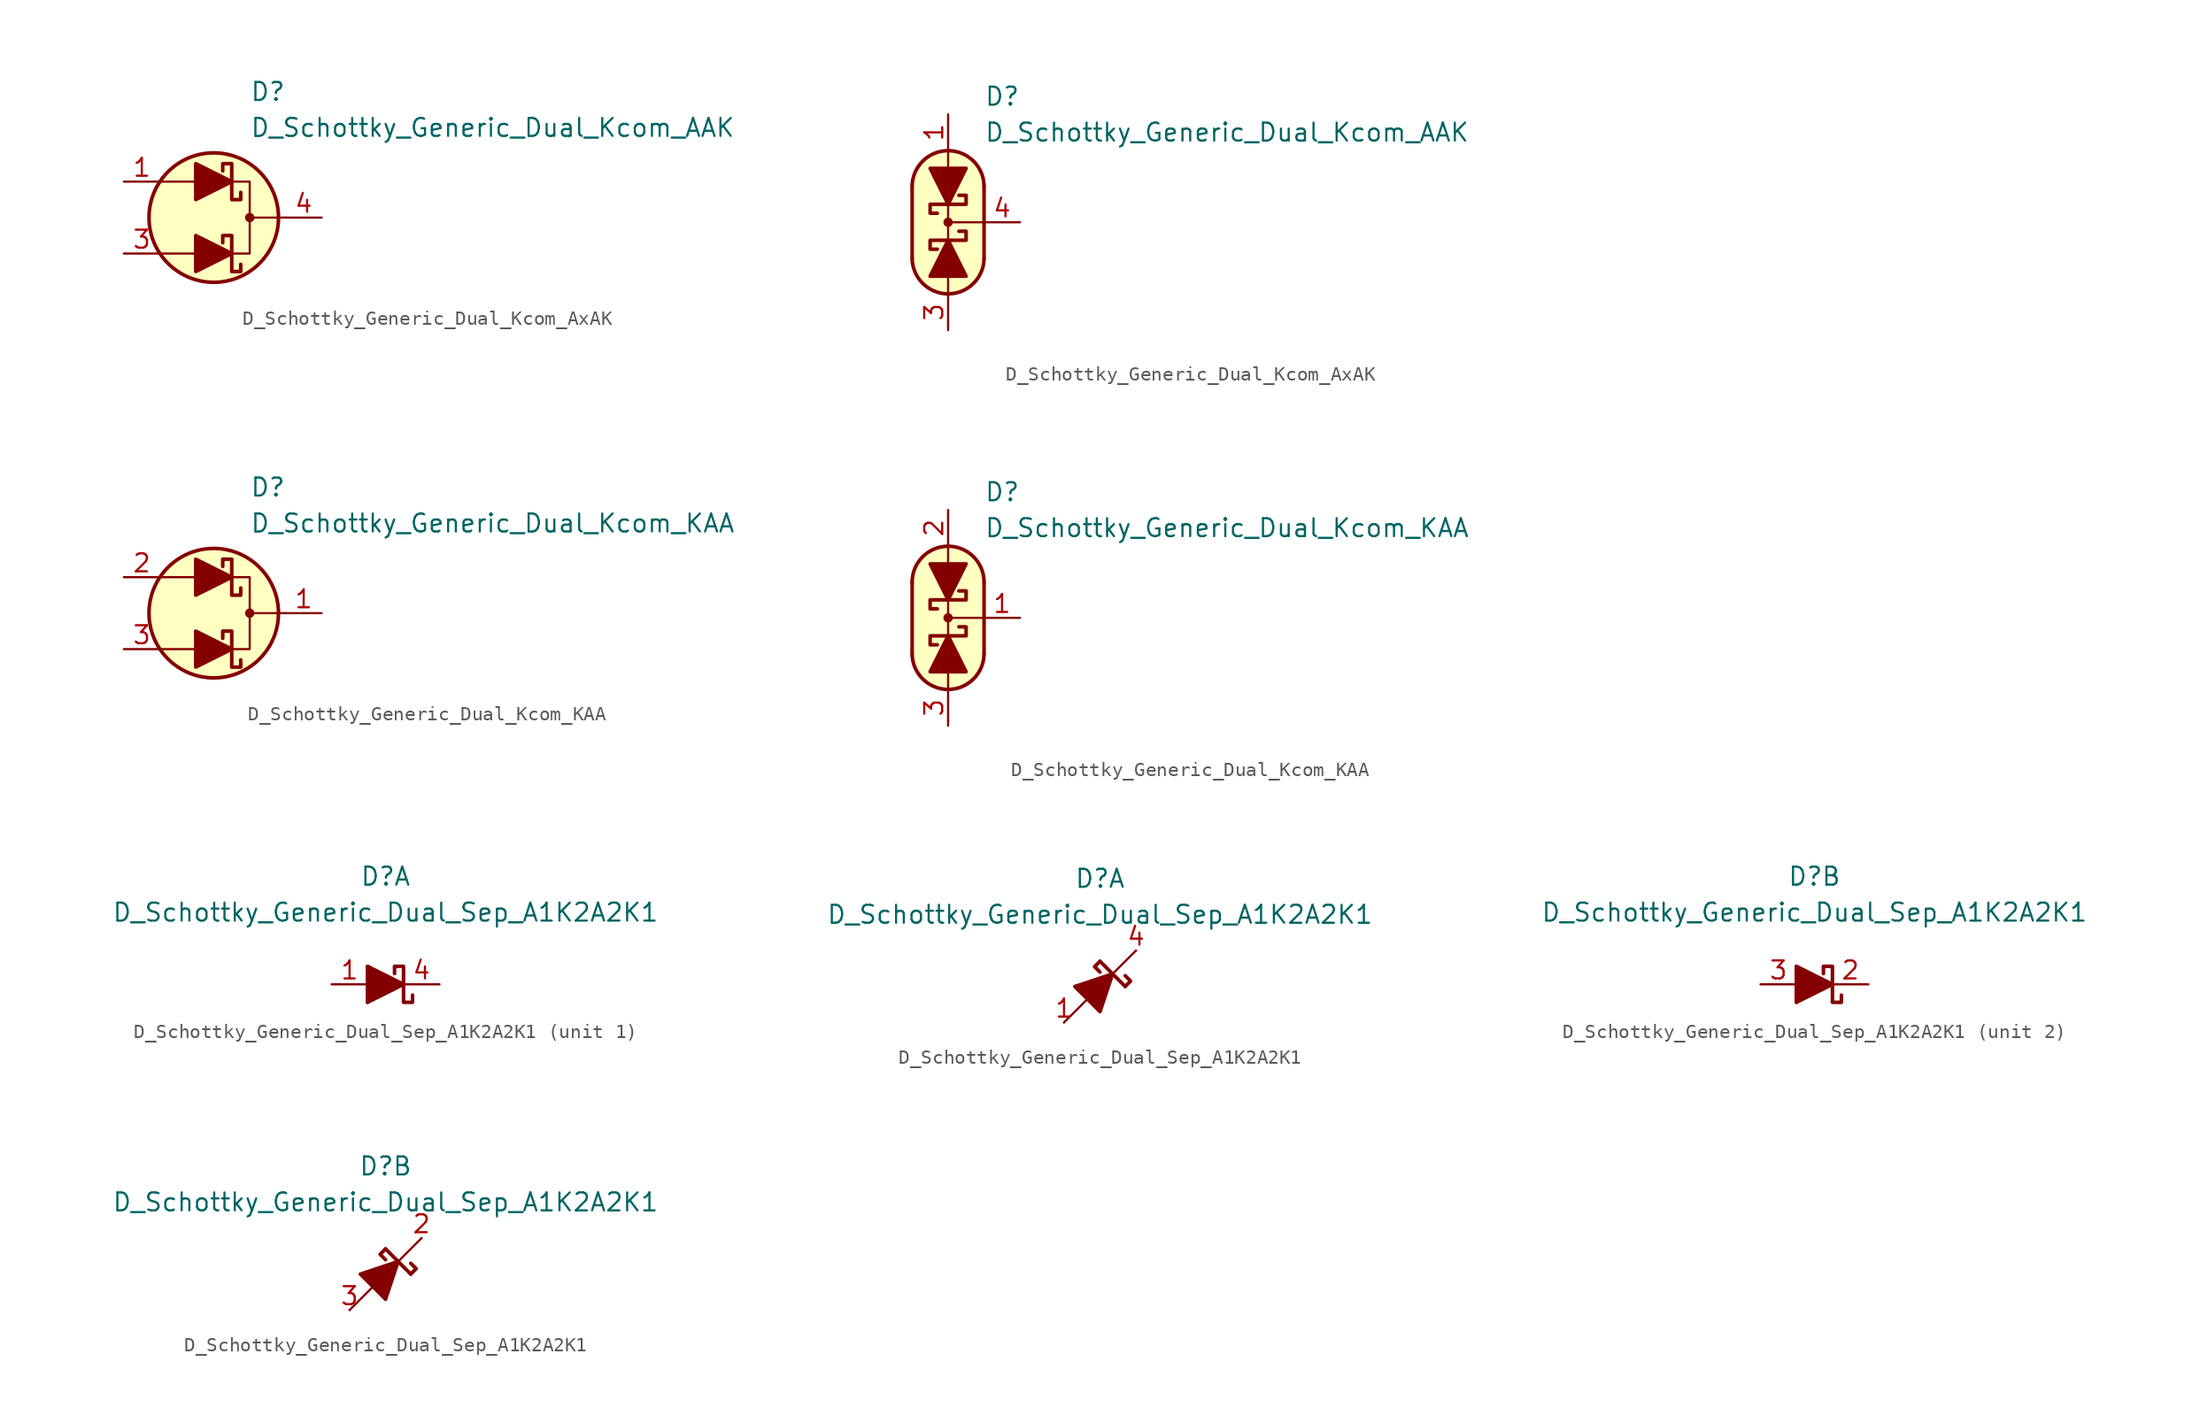
<source format=kicad_sym>
(kicad_symbol_lib
  (version 20231120)
  (generator "kicad_symbol_editor")
  (generator_version "8.0")
  (symbol "D_Schottky_Generic_Dual_Kcom_AxAK"
    (pin_names
      (offset 1.016) hide)
    (property "Reference" "D"
      (at 2.54 8.89 0)
      (effects (font (size 1.27 1.27)) (justify left)))
    (property "Value" "D_Schottky_Generic_Dual_Kcom_AAK"
      (at 2.54 6.35 0)
      (effects (font (size 1.27 1.27)) (justify left)))
    (symbol "D_Schottky_Generic_Dual_Kcom_AxAK_0_1"
      (polyline (pts (xy -1.27 -2.54) (xy -3.81 -2.54)) (stroke (width 0) (type default)) (fill (type none)))
      (polyline (pts (xy -1.27 2.54) (xy -3.81 2.54)) (stroke (width 0) (type default)) (fill (type none)))
      (polyline (pts (xy 5.08 0) (xy 2.54 0)) (stroke (width 0) (type default)) (fill (type none)))
      (polyline (pts (xy 1.27 -2.54) (xy 2.54 -2.54) (xy 2.54 2.54) (xy 1.27 2.54)) (stroke (width 0) (type default)) (fill (type none)))
      (circle (center 0 0) (radius 4.572) (stroke (width 0.254) (type default)) (fill (type background)))
      (circle (center 2.54 0) (radius 0.254) (stroke (width 0) (type default)) (fill (type outline))))
    (symbol "D_Schottky_Generic_Dual_Kcom_AxAK_1_1"
      (polyline (pts (xy -1.27 -2.54) (xy 1.27 -2.54)) (stroke (width 0) (type default)) (fill (type none)))
      (polyline (pts (xy -1.27 2.54) (xy 1.27 2.54)) (stroke (width 0) (type default)) (fill (type none)))
      (polyline (pts (xy -1.27 -3.81) (xy -1.27 -1.27) (xy 1.27 -2.54) (xy -1.27 -3.81)) (stroke (width 0.254) (type default)) (fill (type outline)))
      (polyline (pts (xy -1.27 1.27) (xy -1.27 3.81) (xy 1.27 2.54) (xy -1.27 1.27)) (stroke (width 0.254) (type default)) (fill (type outline)))
      (polyline (pts (xy 1.905 -3.302) (xy 1.905 -3.81) (xy 1.27 -3.81) (xy 1.27 -1.27) (xy 0.635 -1.27) (xy 0.635 -1.778)) (stroke (width 0.254) (type default)) (fill (type none)))
      (polyline (pts (xy 1.905 1.778) (xy 1.905 1.27) (xy 1.27 1.27) (xy 1.27 3.81) (xy 0.635 3.81) (xy 0.635 3.302)) (stroke (width 0.254) (type default)) (fill (type none)))
      (pin passive line (at -6.35 2.54 0) (length 2.54) (name "A2" (effects (font (size 1.27 1.27)))) (number "1" (effects (font (size 1.27 1.27)))))
      (pin free line (at 0 0 180) (length 2.54) hide (name "NC" (effects (font (size 1.27 1.27)))) (number "2" (effects (font (size 1.27 1.27)))))
      (pin passive line (at -6.35 -2.54 0) (length 2.54) (name "A1" (effects (font (size 1.27 1.27)))) (number "3" (effects (font (size 1.27 1.27)))))
      (pin passive line (at 7.62 0 180) (length 2.54) (name "K" (effects (font (size 1.27 1.27)))) (number "4" (effects (font (size 1.27 1.27))))))
    (symbol "D_Schottky_Generic_Dual_Kcom_AxAK_1_2"
      (arc (start -2.54 -2.54) (mid 0 -5.0576) (end 2.54 -2.54) (stroke (width 0.254) (type default)) (fill (type none)))
      (polyline (pts (xy -2.54 2.54) (xy -2.54 -2.54)) (stroke (width 0.254) (type default)) (fill (type none)))
      (polyline (pts (xy 0 -5.08) (xy 0 -3.556)) (stroke (width 0) (type default)) (fill (type none)))
      (polyline (pts (xy 0 0) (xy 2.54 0)) (stroke (width 0) (type default)) (fill (type none)))
      (polyline (pts (xy 0 1.27) (xy 0 -1.27)) (stroke (width 0) (type default)) (fill (type none)))
      (polyline (pts (xy 0 5.08) (xy 0 3.556)) (stroke (width 0) (type default)) (fill (type none)))
      (polyline (pts (xy 2.54 -2.54) (xy 2.54 2.54)) (stroke (width 0.254) (type default)) (fill (type none)))
      (polyline (pts (xy -1.27 -3.81) (xy 1.27 -3.81) (xy 0 -1.27) (xy -1.27 -3.81)) (stroke (width 0.254) (type default)) (fill (type outline)))
      (polyline (pts (xy 1.27 3.81) (xy -1.27 3.81) (xy 0 1.27) (xy 1.27 3.81)) (stroke (width 0.254) (type default)) (fill (type outline)))
      (polyline (pts (xy -0.762 -1.905) (xy -1.27 -1.905) (xy -1.27 -1.27) (xy 1.27 -1.27) (xy 1.27 -0.635) (xy 0.762 -0.635)) (stroke (width 0.254) (type default)) (fill (type none)))
      (polyline (pts (xy -0.762 0.635) (xy -1.27 0.635) (xy -1.27 1.27) (xy 1.27 1.27) (xy 1.27 1.905) (xy 0.762 1.905)) (stroke (width 0.254) (type default)) (fill (type none)))
      (polyline (pts (xy 0 -5.08) (xy -1.016 -4.826) (xy -1.778 -4.318) (xy -2.286 -3.556) (xy -2.54 -3.048) (xy -2.54 2.794) (xy -2.286 3.556) (xy -1.778 4.318) (xy -1.016 4.826) (xy -0.254 5.08) (xy 0.254 5.08) (xy 1.016 4.826) (xy 1.524 4.572) (xy 2.032 4.064) (xy 2.286 3.556) (xy 2.54 2.794) (xy 2.54 -2.794) (xy 2.286 -3.556) (xy 2.032 -4.064) (xy 1.524 -4.572) (xy 1.016 -4.826) (xy 0 -5.08)) (stroke (width 0.01) (type default)) (fill (type background)))
      (circle (center 0 0) (radius 0.254) (stroke (width 0) (type default)) (fill (type outline)))
      (arc (start 2.54 2.54) (mid 0 5.0576) (end -2.54 2.54) (stroke (width 0.254) (type default)) (fill (type none)))
      (pin passive line (at 0 7.62 270) (length 2.54) (name "A2" (effects (font (size 1.27 1.27)))) (number "1" (effects (font (size 1.27 1.27)))))
      (pin free line (at 0 0 180) (length 2.54) hide (name "NC" (effects (font (size 1.27 1.27)))) (number "2" (effects (font (size 1.27 1.27)))))
      (pin passive line (at 0 -7.62 90) (length 2.54) (name "A1" (effects (font (size 1.27 1.27)))) (number "3" (effects (font (size 1.27 1.27)))))
      (pin passive line (at 5.08 0 180) (length 2.54) (name "K" (effects (font (size 1.27 1.27)))) (number "4" (effects (font (size 1.27 1.27)))))))
  (symbol "D_Schottky_Generic_Dual_Kcom_KAA"
    (pin_names
      (offset 1.016) hide)
    (property "Reference" "D"
      (at 2.54 8.89 0)
      (effects (font (size 1.27 1.27)) (justify left)))
    (property "Value" "D_Schottky_Generic_Dual_Kcom_KAA"
      (at 2.54 6.35 0)
      (effects (font (size 1.27 1.27)) (justify left)))
    (symbol "D_Schottky_Generic_Dual_Kcom_KAA_0_1"
      (polyline (pts (xy -1.27 -2.54) (xy -3.81 -2.54)) (stroke (width 0) (type default)) (fill (type none)))
      (polyline (pts (xy -1.27 2.54) (xy -3.81 2.54)) (stroke (width 0) (type default)) (fill (type none)))
      (polyline (pts (xy 5.08 0) (xy 2.54 0)) (stroke (width 0) (type default)) (fill (type none)))
      (polyline (pts (xy 1.27 -2.54) (xy 2.54 -2.54) (xy 2.54 2.54) (xy 1.27 2.54)) (stroke (width 0) (type default)) (fill (type none)))
      (circle (center 0 0) (radius 4.572) (stroke (width 0.254) (type default)) (fill (type background)))
      (circle (center 2.54 0) (radius 0.254) (stroke (width 0) (type default)) (fill (type outline))))
    (symbol "D_Schottky_Generic_Dual_Kcom_KAA_1_1"
      (polyline (pts (xy -1.27 -2.54) (xy 1.27 -2.54)) (stroke (width 0) (type default)) (fill (type none)))
      (polyline (pts (xy -1.27 2.54) (xy 1.27 2.54)) (stroke (width 0) (type default)) (fill (type none)))
      (polyline (pts (xy -1.27 -3.81) (xy -1.27 -1.27) (xy 1.27 -2.54) (xy -1.27 -3.81)) (stroke (width 0.254) (type default)) (fill (type outline)))
      (polyline (pts (xy -1.27 1.27) (xy -1.27 3.81) (xy 1.27 2.54) (xy -1.27 1.27)) (stroke (width 0.254) (type default)) (fill (type outline)))
      (polyline (pts (xy 1.905 -3.302) (xy 1.905 -3.81) (xy 1.27 -3.81) (xy 1.27 -1.27) (xy 0.635 -1.27) (xy 0.635 -1.778)) (stroke (width 0.254) (type default)) (fill (type none)))
      (polyline (pts (xy 1.905 1.778) (xy 1.905 1.27) (xy 1.27 1.27) (xy 1.27 3.81) (xy 0.635 3.81) (xy 0.635 3.302)) (stroke (width 0.254) (type default)) (fill (type none)))
      (pin passive line (at 7.62 0 180) (length 2.54) (name "K" (effects (font (size 1.27 1.27)))) (number "1" (effects (font (size 1.27 1.27)))))
      (pin passive line (at -6.35 2.54 0) (length 2.54) (name "A2" (effects (font (size 1.27 1.27)))) (number "2" (effects (font (size 1.27 1.27)))))
      (pin passive line (at -6.35 -2.54 0) (length 2.54) (name "A1" (effects (font (size 1.27 1.27)))) (number "3" (effects (font (size 1.27 1.27))))))
    (symbol "D_Schottky_Generic_Dual_Kcom_KAA_1_2"
      (arc (start -2.54 -2.54) (mid 0 -5.0576) (end 2.54 -2.54) (stroke (width 0.254) (type default)) (fill (type none)))
      (polyline (pts (xy -2.54 2.54) (xy -2.54 -2.54)) (stroke (width 0.254) (type default)) (fill (type none)))
      (polyline (pts (xy 0 -5.08) (xy 0 -3.556)) (stroke (width 0) (type default)) (fill (type none)))
      (polyline (pts (xy 0 0) (xy 2.54 0)) (stroke (width 0) (type default)) (fill (type none)))
      (polyline (pts (xy 0 1.27) (xy 0 -1.27)) (stroke (width 0) (type default)) (fill (type none)))
      (polyline (pts (xy 0 5.08) (xy 0 3.556)) (stroke (width 0) (type default)) (fill (type none)))
      (polyline (pts (xy 2.54 -2.54) (xy 2.54 2.54)) (stroke (width 0.254) (type default)) (fill (type none)))
      (polyline (pts (xy -1.27 -3.81) (xy 1.27 -3.81) (xy 0 -1.27) (xy -1.27 -3.81)) (stroke (width 0.254) (type default)) (fill (type outline)))
      (polyline (pts (xy 1.27 3.81) (xy -1.27 3.81) (xy 0 1.27) (xy 1.27 3.81)) (stroke (width 0.254) (type default)) (fill (type outline)))
      (polyline (pts (xy -0.762 -1.905) (xy -1.27 -1.905) (xy -1.27 -1.27) (xy 1.27 -1.27) (xy 1.27 -0.635) (xy 0.762 -0.635)) (stroke (width 0.254) (type default)) (fill (type none)))
      (polyline (pts (xy -0.762 0.635) (xy -1.27 0.635) (xy -1.27 1.27) (xy 1.27 1.27) (xy 1.27 1.905) (xy 0.762 1.905)) (stroke (width 0.254) (type default)) (fill (type none)))
      (polyline (pts (xy 0 -5.08) (xy -1.016 -4.826) (xy -1.778 -4.318) (xy -2.286 -3.556) (xy -2.54 -3.048) (xy -2.54 2.794) (xy -2.286 3.556) (xy -1.778 4.318) (xy -1.016 4.826) (xy -0.254 5.08) (xy 0.254 5.08) (xy 1.016 4.826) (xy 1.524 4.572) (xy 2.032 4.064) (xy 2.286 3.556) (xy 2.54 2.794) (xy 2.54 -2.794) (xy 2.286 -3.556) (xy 2.032 -4.064) (xy 1.524 -4.572) (xy 1.016 -4.826) (xy 0 -5.08)) (stroke (width 0.01) (type default)) (fill (type background)))
      (circle (center 0 0) (radius 0.254) (stroke (width 0) (type default)) (fill (type outline)))
      (arc (start 2.54 2.54) (mid 0 5.0576) (end -2.54 2.54) (stroke (width 0.254) (type default)) (fill (type none)))
      (pin passive line (at 5.08 0 180) (length 2.54) (name "K" (effects (font (size 1.27 1.27)))) (number "1" (effects (font (size 1.27 1.27)))))
      (pin passive line (at 0 7.62 270) (length 2.54) (name "A2" (effects (font (size 1.27 1.27)))) (number "2" (effects (font (size 1.27 1.27)))))
      (pin passive line (at 0 -7.62 90) (length 2.54) (name "A1" (effects (font (size 1.27 1.27)))) (number "3" (effects (font (size 1.27 1.27)))))))
  (symbol "D_Schottky_Generic_Dual_Sep_A1K2A2K1"
    (pin_names
      (offset 1.016) hide)
    (property "Reference" "D"
      (at 0 7.62 0)
      (effects (font (size 1.27 1.27))))
    (property "Value" "D_Schottky_Generic_Dual_Sep_A1K2A2K1"
      (at 0 5.08 0)
      (effects (font (size 1.27 1.27))))
    (property "ki_locked" ""
      (at 0 0 0)
      (effects (font (size 1.27 1.27))))
    (symbol "D_Schottky_Generic_Dual_Sep_A1K2A2K1_0_1"
      (polyline (pts (xy -1.27 1.27) (xy -1.27 -1.27)) (stroke (width 0.254) (type default)) (fill (type none))))
    (symbol "D_Schottky_Generic_Dual_Sep_A1K2A2K1_0_2"
      (polyline (pts (xy -2.54 -2.54) (xy 2.54 2.54)) (stroke (width 0) (type default)) (fill (type none)))
      (polyline (pts (xy 0 1.778) (xy 1.778 0)) (stroke (width 0.254) (type default)) (fill (type none)))
      (polyline (pts (xy 0 1.778) (xy -0.381 1.397) (xy 0 1.016)) (stroke (width 0.254) (type default)) (fill (type none)))
      (polyline (pts (xy 1.778 0) (xy 2.159 0.381) (xy 1.778 0.762)) (stroke (width 0.254) (type default)) (fill (type none)))
      (polyline (pts (xy -0.889 -0.889) (xy -1.778 0) (xy 0.889 0.889) (xy 0 -1.778) (xy -0.889 -0.889)) (stroke (width 0.254) (type default)) (fill (type outline))))
    (symbol "D_Schottky_Generic_Dual_Sep_A1K2A2K1_1_1"
      (polyline (pts (xy -1.27 0) (xy 1.27 0)) (stroke (width 0) (type default)) (fill (type none)))
      (polyline (pts (xy -1.27 -1.27) (xy -1.27 1.27) (xy 1.27 0) (xy -1.27 -1.27)) (stroke (width 0.254) (type default)) (fill (type outline)))
      (polyline (pts (xy 0.635 0.762) (xy 0.635 1.27) (xy 1.27 1.27) (xy 1.27 -1.27) (xy 1.905 -1.27) (xy 1.905 -0.762)) (stroke (width 0.254) (type default)) (fill (type none)))
      (pin passive line (at -3.81 0 0) (length 2.54) (name "A1" (effects (font (size 1.27 1.27)))) (number "1" (effects (font (size 1.27 1.27)))))
      (pin passive line (at 3.81 0 180) (length 2.54) (name "K1" (effects (font (size 1.27 1.27)))) (number "4" (effects (font (size 1.27 1.27))))))
    (symbol "D_Schottky_Generic_Dual_Sep_A1K2A2K1_1_2"
      (pin passive line (at -2.54 -2.54 0) (length 0) (name "A" (effects (font (size 1.27 1.27)))) (number "1" (effects (font (size 1.27 1.27)))))
      (pin passive line (at 2.54 2.54 180) (length 0) (name "K" (effects (font (size 1.27 1.27)))) (number "4" (effects (font (size 1.27 1.27))))))
    (symbol "D_Schottky_Generic_Dual_Sep_A1K2A2K1_2_1"
      (polyline (pts (xy -1.27 0) (xy 1.27 0)) (stroke (width 0) (type default)) (fill (type none)))
      (polyline (pts (xy -1.27 -1.27) (xy -1.27 1.27) (xy 1.27 0) (xy -1.27 -1.27)) (stroke (width 0.254) (type default)) (fill (type outline)))
      (polyline (pts (xy 0.635 0.762) (xy 0.635 1.27) (xy 1.27 1.27) (xy 1.27 -1.27) (xy 1.905 -1.27) (xy 1.905 -0.762)) (stroke (width 0.254) (type default)) (fill (type none)))
      (pin passive line (at 3.81 0 180) (length 2.54) (name "K2" (effects (font (size 1.27 1.27)))) (number "2" (effects (font (size 1.27 1.27)))))
      (pin passive line (at -3.81 0 0) (length 2.54) (name "A2" (effects (font (size 1.27 1.27)))) (number "3" (effects (font (size 1.27 1.27))))))
    (symbol "D_Schottky_Generic_Dual_Sep_A1K2A2K1_2_2"
      (pin passive line (at 2.54 2.54 180) (length 0) (name "K2" (effects (font (size 1.27 1.27)))) (number "2" (effects (font (size 1.27 1.27)))))
      (pin passive line (at -2.54 -2.54 0) (length 0) (name "A2" (effects (font (size 1.27 1.27)))) (number "3" (effects (font (size 1.27 1.27))))))))
</source>
